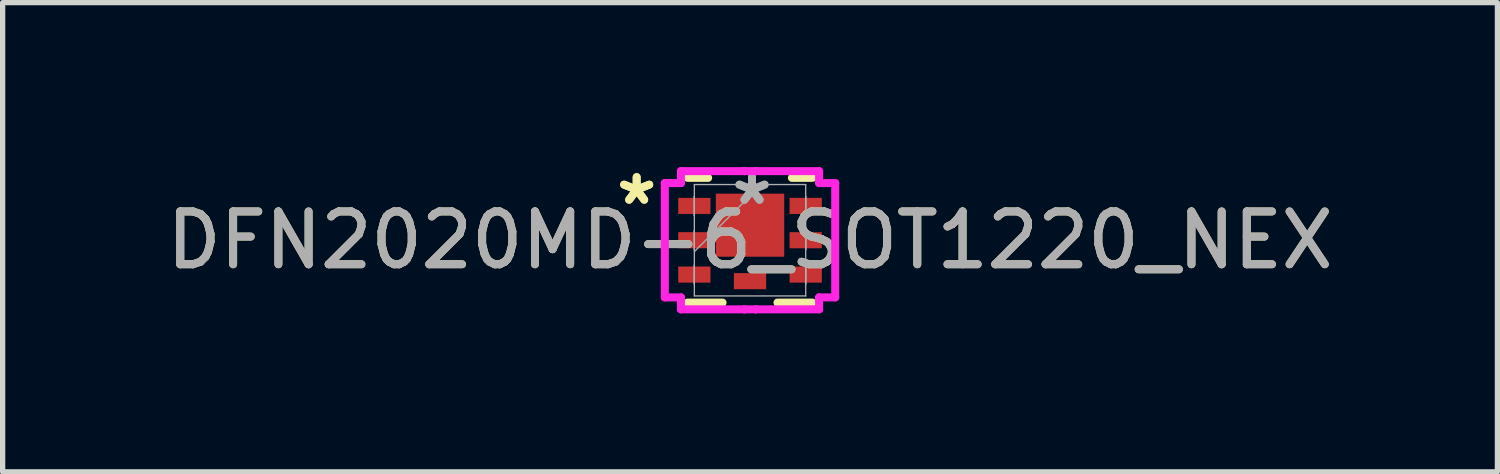
<source format=kicad_pcb>
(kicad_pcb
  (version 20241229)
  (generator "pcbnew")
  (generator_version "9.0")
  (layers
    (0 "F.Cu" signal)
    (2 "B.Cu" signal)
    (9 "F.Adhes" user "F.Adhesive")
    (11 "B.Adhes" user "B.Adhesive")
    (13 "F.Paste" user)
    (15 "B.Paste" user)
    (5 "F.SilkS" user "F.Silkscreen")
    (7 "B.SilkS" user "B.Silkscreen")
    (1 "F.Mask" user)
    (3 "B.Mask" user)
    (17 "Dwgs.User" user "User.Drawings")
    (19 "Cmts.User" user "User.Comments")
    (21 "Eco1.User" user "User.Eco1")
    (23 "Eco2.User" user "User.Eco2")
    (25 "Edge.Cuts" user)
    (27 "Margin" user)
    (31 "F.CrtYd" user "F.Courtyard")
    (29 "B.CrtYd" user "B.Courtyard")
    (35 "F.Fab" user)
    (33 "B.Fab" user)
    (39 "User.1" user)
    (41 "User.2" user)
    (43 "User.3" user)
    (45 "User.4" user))
  (footprint "DFN2020MD-6_SOT1220_NEX"
    (layer "F.Cu")
    (at 11.149 1.498)
    (property "Reference" "DFN2020MD-6_SOT1220_NEX" (at 0 0 0) (unlocked yes) (layer "F.SilkS") (effects (font (size 1 1) (thickness 0.15))))
    (attr smd)
    (fp_line (start -1.181 1.181) (end -0.52 1.181) (stroke (width 0.152) (type solid)) (layer "F.SilkS"))
    (fp_line (start -0.793 -1.181) (end -1.181 -1.181) (stroke (width 0.152) (type solid)) (layer "F.SilkS"))
    (fp_line (start 0.52 1.181) (end 1.181 1.181) (stroke (width 0.152) (type solid)) (layer "F.SilkS"))
    (fp_line (start 1.181 -1.181) (end 0.793 -1.181) (stroke (width 0.152) (type solid)) (layer "F.SilkS"))
    (fp_line (start -1.613 -1.082) (end -1.308 -1.082) (stroke (width 0.152) (type solid)) (layer "F.CrtYd"))
    (fp_line (start -1.613 1.082) (end -1.613 -1.082) (stroke (width 0.152) (type solid)) (layer "F.CrtYd"))
    (fp_line (start -1.308 -1.308) (end -0.107 -1.308) (stroke (width 0.152) (type solid)) (layer "F.CrtYd"))
    (fp_line (start -1.308 -1.082) (end -1.308 -1.308) (stroke (width 0.152) (type solid)) (layer "F.CrtYd"))
    (fp_line (start -1.308 1.082) (end -1.613 1.082) (stroke (width 0.152) (type solid)) (layer "F.CrtYd"))
    (fp_line (start -1.308 1.308) (end -1.308 1.082) (stroke (width 0.152) (type solid)) (layer "F.CrtYd"))
    (fp_line (start -0.107 -1.308) (end -0.107 -1.308) (stroke (width 0.152) (type solid)) (layer "F.CrtYd"))
    (fp_line (start -0.107 -1.308) (end 0.107 -1.308) (stroke (width 0.152) (type solid)) (layer "F.CrtYd"))
    (fp_line (start -0.107 1.308) (end -1.308 1.308) (stroke (width 0.152) (type solid)) (layer "F.CrtYd"))
    (fp_line (start -0.107 1.308) (end -0.107 1.308) (stroke (width 0.152) (type solid)) (layer "F.CrtYd"))
    (fp_line (start 0.107 -1.308) (end 0.107 -1.308) (stroke (width 0.152) (type solid)) (layer "F.CrtYd"))
    (fp_line (start 0.107 -1.308) (end 1.308 -1.308) (stroke (width 0.152) (type solid)) (layer "F.CrtYd"))
    (fp_line (start 0.107 1.308) (end -0.107 1.308) (stroke (width 0.152) (type solid)) (layer "F.CrtYd"))
    (fp_line (start 0.107 1.308) (end 0.107 1.308) (stroke (width 0.152) (type solid)) (layer "F.CrtYd"))
    (fp_line (start 1.308 -1.308) (end 1.308 -1.082) (stroke (width 0.152) (type solid)) (layer "F.CrtYd"))
    (fp_line (start 1.308 -1.082) (end 1.613 -1.082) (stroke (width 0.152) (type solid)) (layer "F.CrtYd"))
    (fp_line (start 1.308 1.082) (end 1.308 1.308) (stroke (width 0.152) (type solid)) (layer "F.CrtYd"))
    (fp_line (start 1.308 1.308) (end 0.107 1.308) (stroke (width 0.152) (type solid)) (layer "F.CrtYd"))
    (fp_line (start 1.613 -1.082) (end 1.613 1.082) (stroke (width 0.152) (type solid)) (layer "F.CrtYd"))
    (fp_line (start 1.613 1.082) (end 1.308 1.082) (stroke (width 0.152) (type solid)) (layer "F.CrtYd"))
    (fp_line (start -1.054 -1.054) (end -1.054 1.054) (stroke (width 0.025) (type solid)) (layer "F.Fab"))
    (fp_line (start -1.054 -0.828) (end -1.054 -0.828) (stroke (width 0.025) (type solid)) (layer "F.Fab"))
    (fp_line (start -1.054 -0.828) (end -1.054 -0.472) (stroke (width 0.025) (type solid)) (layer "F.Fab"))
    (fp_line (start -1.054 -0.472) (end -1.054 -0.828) (stroke (width 0.025) (type solid)) (layer "F.Fab"))
    (fp_line (start -1.054 -0.472) (end -1.054 -0.472) (stroke (width 0.025) (type solid)) (layer "F.Fab"))
    (fp_line (start -1.054 -0.178) (end -1.054 -0.178) (stroke (width 0.025) (type solid)) (layer "F.Fab"))
    (fp_line (start -1.054 -0.178) (end -1.054 0.178) (stroke (width 0.025) (type solid)) (layer "F.Fab"))
    (fp_line (start -1.054 0.178) (end -1.054 -0.178) (stroke (width 0.025) (type solid)) (layer "F.Fab"))
    (fp_line (start -1.054 0.178) (end -1.054 0.178) (stroke (width 0.025) (type solid)) (layer "F.Fab"))
    (fp_line (start -1.054 0.216) (end 0.216 -1.054) (stroke (width 0.025) (type solid)) (layer "F.Fab"))
    (fp_line (start -1.054 0.472) (end -1.054 0.472) (stroke (width 0.025) (type solid)) (layer "F.Fab"))
    (fp_line (start -1.054 0.472) (end -1.054 0.828) (stroke (width 0.025) (type solid)) (layer "F.Fab"))
    (fp_line (start -1.054 0.828) (end -1.054 0.472) (stroke (width 0.025) (type solid)) (layer "F.Fab"))
    (fp_line (start -1.054 0.828) (end -1.054 0.828) (stroke (width 0.025) (type solid)) (layer "F.Fab"))
    (fp_line (start -1.054 1.054) (end 1.054 1.054) (stroke (width 0.025) (type solid)) (layer "F.Fab"))
    (fp_line (start 1.054 -1.054) (end -1.054 -1.054) (stroke (width 0.025) (type solid)) (layer "F.Fab"))
    (fp_line (start 1.054 -0.828) (end 1.054 -0.828) (stroke (width 0.025) (type solid)) (layer "F.Fab"))
    (fp_line (start 1.054 -0.828) (end 1.054 -0.472) (stroke (width 0.025) (type solid)) (layer "F.Fab"))
    (fp_line (start 1.054 -0.472) (end 1.054 -0.828) (stroke (width 0.025) (type solid)) (layer "F.Fab"))
    (fp_line (start 1.054 -0.472) (end 1.054 -0.472) (stroke (width 0.025) (type solid)) (layer "F.Fab"))
    (fp_line (start 1.054 -0.178) (end 1.054 -0.178) (stroke (width 0.025) (type solid)) (layer "F.Fab"))
    (fp_line (start 1.054 -0.178) (end 1.054 0.178) (stroke (width 0.025) (type solid)) (layer "F.Fab"))
    (fp_line (start 1.054 0.178) (end 1.054 -0.178) (stroke (width 0.025) (type solid)) (layer "F.Fab"))
    (fp_line (start 1.054 0.178) (end 1.054 0.178) (stroke (width 0.025) (type solid)) (layer "F.Fab"))
    (fp_line (start 1.054 0.472) (end 1.054 0.472) (stroke (width 0.025) (type solid)) (layer "F.Fab"))
    (fp_line (start 1.054 0.472) (end 1.054 0.828) (stroke (width 0.025) (type solid)) (layer "F.Fab"))
    (fp_line (start 1.054 0.828) (end 1.054 0.472) (stroke (width 0.025) (type solid)) (layer "F.Fab"))
    (fp_line (start 1.054 0.828) (end 1.054 0.828) (stroke (width 0.025) (type solid)) (layer "F.Fab"))
    (fp_line (start 1.054 1.054) (end 1.054 -1.054) (stroke (width 0.025) (type solid)) (layer "F.Fab"))
    (fp_text user "*" (at -2.146 -0.65 0) (unlocked yes) (layer "F.SilkS") (effects (font (size 1 1) (thickness 0.15))))
    (fp_text user "*" (at -2.146 -0.65 0) (layer "F.SilkS") (effects (font (size 1 1) (thickness 0.15))))
    (fp_text user "*" (at 0.038 -0.65 0) (layer "F.Fab") (effects (font (size 1 1) (thickness 0.15))))
    (fp_text user "*" (at 0.038 -0.65 0) (unlocked yes) (layer "F.Fab") (effects (font (size 1 1) (thickness 0.15))))
    (fp_text user "${REFERENCE}" (at 0 0 0) (unlocked yes) (layer "F.Fab") (effects (font (size 1 1) (thickness 0.15))))
    (pad "1" smd rect (at -1.054 -0.65 90) (size 0.305 0.61) (layers "F.Cu" "F.Mask" "F.Paste"))
    (pad "2" smd rect (at -1.054 0 90) (size 0.305 0.61) (layers "F.Cu" "F.Mask" "F.Paste"))
    (pad "3" smd rect (at -1.054 0.65 90) (size 0.305 0.61) (layers "F.Cu" "F.Mask" "F.Paste"))
    (pad "4" smd rect (at 1.054 0.65 90) (size 0.305 0.61) (layers "F.Cu" "F.Mask" "F.Paste"))
    (pad "5" smd rect (at 1.054 0 90) (size 0.305 0.61) (layers "F.Cu" "F.Mask" "F.Paste"))
    (pad "6" smd rect (at 1.054 -0.65 90) (size 0.305 0.61) (layers "F.Cu" "F.Mask" "F.Paste"))
    (pad "7" smd rect (at 0 -0.285) (size 1.295 1.194) (layers "F.Cu" "F.Mask" "F.Paste"))
    (pad "8" smd rect (at 0 0.775) (size 0.61 0.305) (layers "F.Cu" "F.Mask" "F.Paste")))
  (gr_rect
    (start -3 -3)
    (end 25.298 5.883)
    (stroke (width 0.1) (type default))
    (fill no)
    (layer "Edge.Cuts")))
</source>
